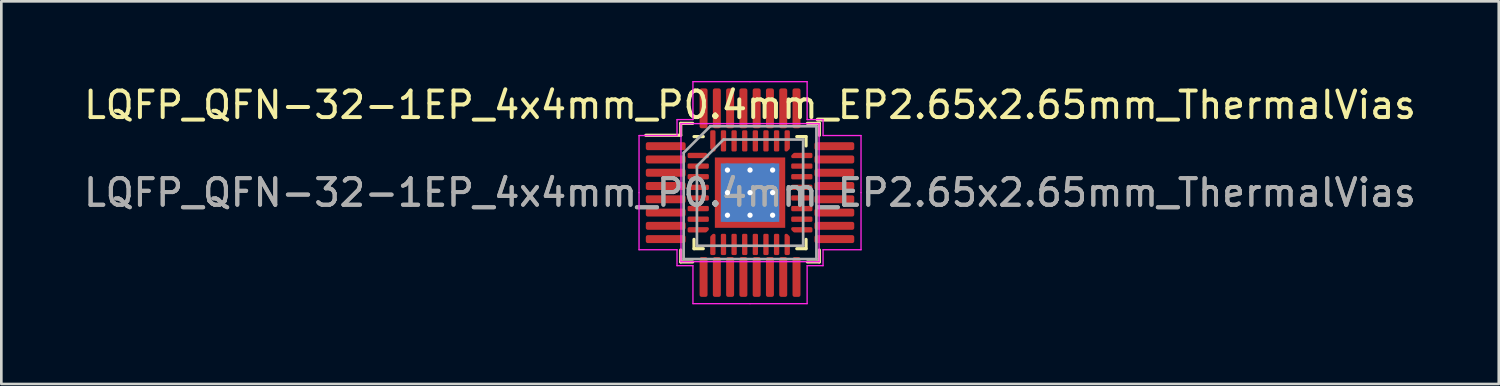
<source format=kicad_pcb>
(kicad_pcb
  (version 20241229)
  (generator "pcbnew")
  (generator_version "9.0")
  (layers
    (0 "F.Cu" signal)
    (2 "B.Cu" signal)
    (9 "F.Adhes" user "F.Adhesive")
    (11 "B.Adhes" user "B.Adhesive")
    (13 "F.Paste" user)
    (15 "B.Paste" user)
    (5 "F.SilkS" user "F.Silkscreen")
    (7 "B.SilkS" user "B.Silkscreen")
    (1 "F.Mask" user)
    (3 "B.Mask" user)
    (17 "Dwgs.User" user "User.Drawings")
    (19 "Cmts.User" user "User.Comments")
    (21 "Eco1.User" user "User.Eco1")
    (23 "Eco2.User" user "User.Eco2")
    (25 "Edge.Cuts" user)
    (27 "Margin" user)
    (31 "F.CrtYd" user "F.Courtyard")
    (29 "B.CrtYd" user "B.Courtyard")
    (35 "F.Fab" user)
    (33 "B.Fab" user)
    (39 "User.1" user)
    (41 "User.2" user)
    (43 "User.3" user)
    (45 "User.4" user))
  (footprint "LQFP_QFN-32-1EP_4x4mm_P0.4mm_EP2.65x2.65mm_ThermalVias"
    (layer "F.Cu")
    (at 25.196 4.205)
    (property "Reference" "LQFP_QFN-32-1EP_4x4mm_P0.4mm_EP2.65x2.65mm_ThermalVias" (at 0 -3.3 0) (layer "F.SilkS") (effects (font (size 1 1) (thickness 0.15))))
    (attr smd)
    (fp_line (start -2.61 -2.61) (end -2.61 -2.16) (stroke (width 0.12) (type solid)) (layer "F.SilkS"))
    (fp_line (start -2.61 -2.16) (end -3.925 -2.16) (stroke (width 0.12) (type solid)) (layer "F.SilkS"))
    (fp_line (start -2.61 2.61) (end -2.61 2.16) (stroke (width 0.12) (type solid)) (layer "F.SilkS"))
    (fp_line (start -2.16 -2.61) (end -2.61 -2.61) (stroke (width 0.12) (type solid)) (layer "F.SilkS"))
    (fp_line (start -2.16 2.61) (end -2.61 2.61) (stroke (width 0.12) (type solid)) (layer "F.SilkS"))
    (fp_line (start -2.11 2.11) (end -2.11 1.76) (stroke (width 0.12) (type solid)) (layer "F.SilkS"))
    (fp_line (start -1.76 -2.11) (end -2.11 -2.11) (stroke (width 0.12) (type solid)) (layer "F.SilkS"))
    (fp_line (start -1.76 2.11) (end -2.11 2.11) (stroke (width 0.12) (type solid)) (layer "F.SilkS"))
    (fp_line (start 1.76 -2.11) (end 2.11 -2.11) (stroke (width 0.12) (type solid)) (layer "F.SilkS"))
    (fp_line (start 1.76 2.11) (end 2.11 2.11) (stroke (width 0.12) (type solid)) (layer "F.SilkS"))
    (fp_line (start 2.11 -2.11) (end 2.11 -1.76) (stroke (width 0.12) (type solid)) (layer "F.SilkS"))
    (fp_line (start 2.11 2.11) (end 2.11 1.76) (stroke (width 0.12) (type solid)) (layer "F.SilkS"))
    (fp_line (start 2.16 -2.61) (end 2.61 -2.61) (stroke (width 0.12) (type solid)) (layer "F.SilkS"))
    (fp_line (start 2.16 2.61) (end 2.61 2.61) (stroke (width 0.12) (type solid)) (layer "F.SilkS"))
    (fp_line (start 2.61 -2.61) (end 2.61 -2.16) (stroke (width 0.12) (type solid)) (layer "F.SilkS"))
    (fp_line (start 2.61 2.61) (end 2.61 2.16) (stroke (width 0.12) (type solid)) (layer "F.SilkS"))
    (fp_line (start -4.18 -2.15) (end -4.18 0) (stroke (width 0.05) (type solid)) (layer "F.CrtYd"))
    (fp_line (start -4.18 2.15) (end -4.18 0) (stroke (width 0.05) (type solid)) (layer "F.CrtYd"))
    (fp_line (start -2.75 -2.75) (end -2.75 -2.15) (stroke (width 0.05) (type solid)) (layer "F.CrtYd"))
    (fp_line (start -2.75 -2.15) (end -4.18 -2.15) (stroke (width 0.05) (type solid)) (layer "F.CrtYd"))
    (fp_line (start -2.75 2.15) (end -4.18 2.15) (stroke (width 0.05) (type solid)) (layer "F.CrtYd"))
    (fp_line (start -2.75 2.75) (end -2.75 2.15) (stroke (width 0.05) (type solid)) (layer "F.CrtYd"))
    (fp_line (start -2.6 -2.6) (end -2.6 2.6) (stroke (width 0.05) (type solid)) (layer "F.CrtYd"))
    (fp_line (start -2.6 2.6) (end 2.6 2.6) (stroke (width 0.05) (type solid)) (layer "F.CrtYd"))
    (fp_line (start -2.15 -4.18) (end -2.15 -2.75) (stroke (width 0.05) (type solid)) (layer "F.CrtYd"))
    (fp_line (start -2.15 -2.75) (end -2.75 -2.75) (stroke (width 0.05) (type solid)) (layer "F.CrtYd"))
    (fp_line (start -2.15 2.75) (end -2.75 2.75) (stroke (width 0.05) (type solid)) (layer "F.CrtYd"))
    (fp_line (start -2.15 4.18) (end -2.15 2.75) (stroke (width 0.05) (type solid)) (layer "F.CrtYd"))
    (fp_line (start 0 -4.18) (end -2.15 -4.18) (stroke (width 0.05) (type solid)) (layer "F.CrtYd"))
    (fp_line (start 0 -4.18) (end 2.15 -4.18) (stroke (width 0.05) (type solid)) (layer "F.CrtYd"))
    (fp_line (start 0 4.18) (end -2.15 4.18) (stroke (width 0.05) (type solid)) (layer "F.CrtYd"))
    (fp_line (start 0 4.18) (end 2.15 4.18) (stroke (width 0.05) (type solid)) (layer "F.CrtYd"))
    (fp_line (start 2.15 -4.18) (end 2.15 -2.75) (stroke (width 0.05) (type solid)) (layer "F.CrtYd"))
    (fp_line (start 2.15 -2.75) (end 2.75 -2.75) (stroke (width 0.05) (type solid)) (layer "F.CrtYd"))
    (fp_line (start 2.15 2.75) (end 2.75 2.75) (stroke (width 0.05) (type solid)) (layer "F.CrtYd"))
    (fp_line (start 2.15 4.18) (end 2.15 2.75) (stroke (width 0.05) (type solid)) (layer "F.CrtYd"))
    (fp_line (start 2.6 -2.6) (end -2.6 -2.6) (stroke (width 0.05) (type solid)) (layer "F.CrtYd"))
    (fp_line (start 2.6 2.6) (end 2.6 -2.6) (stroke (width 0.05) (type solid)) (layer "F.CrtYd"))
    (fp_line (start 2.75 -2.75) (end 2.75 -2.15) (stroke (width 0.05) (type solid)) (layer "F.CrtYd"))
    (fp_line (start 2.75 -2.15) (end 4.18 -2.15) (stroke (width 0.05) (type solid)) (layer "F.CrtYd"))
    (fp_line (start 2.75 2.15) (end 4.18 2.15) (stroke (width 0.05) (type solid)) (layer "F.CrtYd"))
    (fp_line (start 2.75 2.75) (end 2.75 2.15) (stroke (width 0.05) (type solid)) (layer "F.CrtYd"))
    (fp_line (start 4.18 -2.15) (end 4.18 0) (stroke (width 0.05) (type solid)) (layer "F.CrtYd"))
    (fp_line (start 4.18 2.15) (end 4.18 0) (stroke (width 0.05) (type solid)) (layer "F.CrtYd"))
    (fp_line (start -2.5 -1.5) (end -1.5 -2.5) (stroke (width 0.1) (type solid)) (layer "F.Fab"))
    (fp_line (start -2.5 2.5) (end -2.5 -1.5) (stroke (width 0.1) (type solid)) (layer "F.Fab"))
    (fp_line (start -2 -1) (end -1 -2) (stroke (width 0.1) (type solid)) (layer "F.Fab"))
    (fp_line (start -2 2) (end -2 -1) (stroke (width 0.1) (type solid)) (layer "F.Fab"))
    (fp_line (start -1.5 -2.5) (end 2.5 -2.5) (stroke (width 0.1) (type solid)) (layer "F.Fab"))
    (fp_line (start -1 -2) (end 2 -2) (stroke (width 0.1) (type solid)) (layer "F.Fab"))
    (fp_line (start 2 -2) (end 2 2) (stroke (width 0.1) (type solid)) (layer "F.Fab"))
    (fp_line (start 2 2) (end -2 2) (stroke (width 0.1) (type solid)) (layer "F.Fab"))
    (fp_line (start 2.5 -2.5) (end 2.5 2.5) (stroke (width 0.1) (type solid)) (layer "F.Fab"))
    (fp_line (start 2.5 2.5) (end -2.5 2.5) (stroke (width 0.1) (type solid)) (layer "F.Fab"))
    (fp_text user "${REFERENCE}" (at 0 0 0) (layer "F.Fab") (effects (font (size 1 1) (thickness 0.15))))
    (fp_text user "${REFERENCE}" (at 0 0 0) (layer "F.Fab") (effects (font (size 1 1) (thickness 0.15))))
    (pad "" smd custom (at -1.087 -1.087) (size 0.248 0.248) (layers "F.Paste") (options (anchor circle)) (primitives (gr_poly (pts (xy 0.096 -0.039) (xy -0.039 0.096) (xy -0.096 0.096) (xy -0.096 -0.096) (xy 0.096 -0.096)) (width 0.191) (fill yes))))
    (pad "" smd custom (at -1.087 -0.425) (size 0.274 0.274) (layers "F.Paste") (options (anchor circle)) (primitives (gr_poly (pts (xy 0.096 -0.149) (xy 0.096 0.149) (xy -0.003 0.247) (xy -0.096 0.247) (xy -0.096 -0.247) (xy -0.003 -0.247)) (width 0.191) (fill yes))))
    (pad "" smd custom (at -1.087 0.425) (size 0.274 0.274) (layers "F.Paste") (options (anchor circle)) (primitives (gr_poly (pts (xy 0.096 -0.149) (xy 0.096 0.149) (xy -0.003 0.247) (xy -0.096 0.247) (xy -0.096 -0.247) (xy -0.003 -0.247)) (width 0.191) (fill yes))))
    (pad "" smd custom (at -1.087 1.087) (size 0.248 0.248) (layers "F.Paste") (options (anchor circle)) (primitives (gr_poly (pts (xy 0.096 0.039) (xy 0.096 0.096) (xy -0.096 0.096) (xy -0.096 -0.096) (xy -0.039 -0.096)) (width 0.191) (fill yes))))
    (pad "" smd custom (at -0.425 -1.087) (size 0.274 0.274) (layers "F.Paste") (options (anchor circle)) (primitives (gr_poly (pts (xy 0.247 -0.003) (xy 0.149 0.096) (xy -0.149 0.096) (xy -0.247 -0.003) (xy -0.247 -0.096) (xy 0.247 -0.096)) (width 0.191) (fill yes))))
    (pad "" smd custom (at -0.425 -0.425) (size 0.602 0.602) (layers "F.Paste") (options (anchor circle)) (primitives (gr_poly (pts (xy 0.259 -0.19) (xy 0.259 0.19) (xy 0.19 0.259) (xy -0.19 0.259) (xy -0.259 0.19) (xy -0.259 -0.19) (xy -0.19 -0.259) (xy 0.19 -0.259)) (width 0.167) (fill yes))))
    (pad "" smd custom (at -0.425 0.425) (size 0.602 0.602) (layers "F.Paste") (options (anchor circle)) (primitives (gr_poly (pts (xy 0.259 -0.19) (xy 0.259 0.19) (xy 0.19 0.259) (xy -0.19 0.259) (xy -0.259 0.19) (xy -0.259 -0.19) (xy -0.19 -0.259) (xy 0.19 -0.259)) (width 0.167) (fill yes))))
    (pad "" smd custom (at -0.425 1.087) (size 0.274 0.274) (layers "F.Paste") (options (anchor circle)) (primitives (gr_poly (pts (xy 0.247 0.003) (xy 0.247 0.096) (xy -0.247 0.096) (xy -0.247 0.003) (xy -0.149 -0.096) (xy 0.149 -0.096)) (width 0.191) (fill yes))))
    (pad "" smd custom (at 0.425 -1.087) (size 0.274 0.274) (layers "F.Paste") (options (anchor circle)) (primitives (gr_poly (pts (xy 0.247 -0.003) (xy 0.149 0.096) (xy -0.149 0.096) (xy -0.247 -0.003) (xy -0.247 -0.096) (xy 0.247 -0.096)) (width 0.191) (fill yes))))
    (pad "" smd custom (at 0.425 -0.425) (size 0.602 0.602) (layers "F.Paste") (options (anchor circle)) (primitives (gr_poly (pts (xy 0.259 -0.19) (xy 0.259 0.19) (xy 0.19 0.259) (xy -0.19 0.259) (xy -0.259 0.19) (xy -0.259 -0.19) (xy -0.19 -0.259) (xy 0.19 -0.259)) (width 0.167) (fill yes))))
    (pad "" smd custom (at 0.425 0.425) (size 0.602 0.602) (layers "F.Paste") (options (anchor circle)) (primitives (gr_poly (pts (xy 0.259 -0.19) (xy 0.259 0.19) (xy 0.19 0.259) (xy -0.19 0.259) (xy -0.259 0.19) (xy -0.259 -0.19) (xy -0.19 -0.259) (xy 0.19 -0.259)) (width 0.167) (fill yes))))
    (pad "" smd custom (at 0.425 1.087) (size 0.274 0.274) (layers "F.Paste") (options (anchor circle)) (primitives (gr_poly (pts (xy 0.247 0.003) (xy 0.247 0.096) (xy -0.247 0.096) (xy -0.247 0.003) (xy -0.149 -0.096) (xy 0.149 -0.096)) (width 0.191) (fill yes))))
    (pad "" smd custom (at 1.087 -1.087) (size 0.248 0.248) (layers "F.Paste") (options (anchor circle)) (primitives (gr_poly (pts (xy 0.096 0.096) (xy 0.039 0.096) (xy -0.096 -0.039) (xy -0.096 -0.096) (xy 0.096 -0.096)) (width 0.191) (fill yes))))
    (pad "" smd custom (at 1.087 -0.425) (size 0.274 0.274) (layers "F.Paste") (options (anchor circle)) (primitives (gr_poly (pts (xy 0.096 0.247) (xy 0.003 0.247) (xy -0.096 0.149) (xy -0.096 -0.149) (xy 0.003 -0.247) (xy 0.096 -0.247)) (width 0.191) (fill yes))))
    (pad "" smd custom (at 1.087 0.425) (size 0.274 0.274) (layers "F.Paste") (options (anchor circle)) (primitives (gr_poly (pts (xy 0.096 0.247) (xy 0.003 0.247) (xy -0.096 0.149) (xy -0.096 -0.149) (xy 0.003 -0.247) (xy 0.096 -0.247)) (width 0.191) (fill yes))))
    (pad "" smd custom (at 1.087 1.087) (size 0.248 0.248) (layers "F.Paste") (options (anchor circle)) (primitives (gr_poly (pts (xy 0.096 0.096) (xy -0.096 0.096) (xy -0.096 0.039) (xy 0.039 -0.096) (xy 0.096 -0.096)) (width 0.191) (fill yes))))
    (pad "1" smd roundrect (at -3.175 -1.75) (size 1.5 0.3) (layers "F.Cu" "F.Mask" "F.Paste") (roundrect_rratio 0.25))
    (pad "1" smd custom (at -1.95 -1.4) (size 0.129 0.129) (layers "F.Cu" "F.Mask" "F.Paste") (options (anchor circle)) (primitives (gr_poly (pts (xy 0.35 0.021) (xy 0.35 0.05) (xy -0.35 0.05) (xy -0.35 -0.05) (xy 0.279 -0.05)) (width 0.1) (fill yes))))
    (pad "2" smd roundrect (at -3.175 -1.25) (size 1.5 0.3) (layers "F.Cu" "F.Mask" "F.Paste") (roundrect_rratio 0.25))
    (pad "2" smd roundrect (at -1.95 -1) (size 0.8 0.2) (layers "F.Cu" "F.Mask" "F.Paste") (roundrect_rratio 0.25))
    (pad "3" smd roundrect (at -3.175 -0.75) (size 1.5 0.3) (layers "F.Cu" "F.Mask" "F.Paste") (roundrect_rratio 0.25))
    (pad "3" smd roundrect (at -1.95 -0.6) (size 0.8 0.2) (layers "F.Cu" "F.Mask" "F.Paste") (roundrect_rratio 0.25))
    (pad "4" smd roundrect (at -3.175 -0.25) (size 1.5 0.3) (layers "F.Cu" "F.Mask" "F.Paste") (roundrect_rratio 0.25))
    (pad "4" smd roundrect (at -1.95 -0.2) (size 0.8 0.2) (layers "F.Cu" "F.Mask" "F.Paste") (roundrect_rratio 0.25))
    (pad "5" smd roundrect (at -3.175 0.25) (size 1.5 0.3) (layers "F.Cu" "F.Mask" "F.Paste") (roundrect_rratio 0.25))
    (pad "5" smd roundrect (at -1.95 0.2) (size 0.8 0.2) (layers "F.Cu" "F.Mask" "F.Paste") (roundrect_rratio 0.25))
    (pad "6" smd roundrect (at -3.175 0.75) (size 1.5 0.3) (layers "F.Cu" "F.Mask" "F.Paste") (roundrect_rratio 0.25))
    (pad "6" smd roundrect (at -1.95 0.6) (size 0.8 0.2) (layers "F.Cu" "F.Mask" "F.Paste") (roundrect_rratio 0.25))
    (pad "7" smd roundrect (at -3.175 1.25) (size 1.5 0.3) (layers "F.Cu" "F.Mask" "F.Paste") (roundrect_rratio 0.25))
    (pad "7" smd roundrect (at -1.95 1) (size 0.8 0.2) (layers "F.Cu" "F.Mask" "F.Paste") (roundrect_rratio 0.25))
    (pad "8" smd roundrect (at -3.175 1.75) (size 1.5 0.3) (layers "F.Cu" "F.Mask" "F.Paste") (roundrect_rratio 0.25))
    (pad "8" smd custom (at -1.95 1.4) (size 0.129 0.129) (layers "F.Cu" "F.Mask" "F.Paste") (options (anchor circle)) (primitives (gr_poly (pts (xy 0.35 -0.021) (xy 0.279 0.05) (xy -0.35 0.05) (xy -0.35 -0.05) (xy 0.35 -0.05)) (width 0.1) (fill yes))))
    (pad "9" smd roundrect (at -1.75 3.175) (size 0.3 1.5) (layers "F.Cu" "F.Mask" "F.Paste") (roundrect_rratio 0.25))
    (pad "9" smd custom (at -1.4 1.95) (size 0.129 0.129) (layers "F.Cu" "F.Mask" "F.Paste") (options (anchor circle)) (primitives (gr_poly (pts (xy 0.05 0.35) (xy -0.05 0.35) (xy -0.05 -0.279) (xy 0.021 -0.35) (xy 0.05 -0.35)) (width 0.1) (fill yes))))
    (pad "10" smd roundrect (at -1.25 3.175) (size 0.3 1.5) (layers "F.Cu" "F.Mask" "F.Paste") (roundrect_rratio 0.25))
    (pad "10" smd roundrect (at -1 1.95) (size 0.2 0.8) (layers "F.Cu" "F.Mask" "F.Paste") (roundrect_rratio 0.25))
    (pad "11" smd roundrect (at -0.75 3.175) (size 0.3 1.5) (layers "F.Cu" "F.Mask" "F.Paste") (roundrect_rratio 0.25))
    (pad "11" smd roundrect (at -0.6 1.95) (size 0.2 0.8) (layers "F.Cu" "F.Mask" "F.Paste") (roundrect_rratio 0.25))
    (pad "12" smd roundrect (at -0.25 3.175) (size 0.3 1.5) (layers "F.Cu" "F.Mask" "F.Paste") (roundrect_rratio 0.25))
    (pad "12" smd roundrect (at -0.2 1.95) (size 0.2 0.8) (layers "F.Cu" "F.Mask" "F.Paste") (roundrect_rratio 0.25))
    (pad "13" smd roundrect (at 0.2 1.95) (size 0.2 0.8) (layers "F.Cu" "F.Mask" "F.Paste") (roundrect_rratio 0.25))
    (pad "13" smd roundrect (at 0.25 3.175) (size 0.3 1.5) (layers "F.Cu" "F.Mask" "F.Paste") (roundrect_rratio 0.25))
    (pad "14" smd roundrect (at 0.6 1.95) (size 0.2 0.8) (layers "F.Cu" "F.Mask" "F.Paste") (roundrect_rratio 0.25))
    (pad "14" smd roundrect (at 0.75 3.175) (size 0.3 1.5) (layers "F.Cu" "F.Mask" "F.Paste") (roundrect_rratio 0.25))
    (pad "15" smd roundrect (at 1 1.95) (size 0.2 0.8) (layers "F.Cu" "F.Mask" "F.Paste") (roundrect_rratio 0.25))
    (pad "15" smd roundrect (at 1.25 3.175) (size 0.3 1.5) (layers "F.Cu" "F.Mask" "F.Paste") (roundrect_rratio 0.25))
    (pad "16" smd custom (at 1.4 1.95) (size 0.129 0.129) (layers "F.Cu" "F.Mask" "F.Paste") (options (anchor circle)) (primitives (gr_poly (pts (xy 0.05 -0.279) (xy 0.05 0.35) (xy -0.05 0.35) (xy -0.05 -0.35) (xy -0.021 -0.35)) (width 0.1) (fill yes))))
    (pad "16" smd roundrect (at 1.75 3.175) (size 0.3 1.5) (layers "F.Cu" "F.Mask" "F.Paste") (roundrect_rratio 0.25))
    (pad "17" smd custom (at 1.95 1.4) (size 0.129 0.129) (layers "F.Cu" "F.Mask" "F.Paste") (options (anchor circle)) (primitives (gr_poly (pts (xy 0.35 0.05) (xy -0.279 0.05) (xy -0.35 -0.021) (xy -0.35 -0.05) (xy 0.35 -0.05)) (width 0.1) (fill yes))))
    (pad "17" smd roundrect (at 3.175 1.75) (size 1.5 0.3) (layers "F.Cu" "F.Mask" "F.Paste") (roundrect_rratio 0.25))
    (pad "18" smd roundrect (at 1.95 1) (size 0.8 0.2) (layers "F.Cu" "F.Mask" "F.Paste") (roundrect_rratio 0.25))
    (pad "18" smd roundrect (at 3.175 1.25) (size 1.5 0.3) (layers "F.Cu" "F.Mask" "F.Paste") (roundrect_rratio 0.25))
    (pad "19" smd roundrect (at 1.95 0.6) (size 0.8 0.2) (layers "F.Cu" "F.Mask" "F.Paste") (roundrect_rratio 0.25))
    (pad "19" smd roundrect (at 3.175 0.75) (size 1.5 0.3) (layers "F.Cu" "F.Mask" "F.Paste") (roundrect_rratio 0.25))
    (pad "20" smd roundrect (at 1.95 0.2) (size 0.8 0.2) (layers "F.Cu" "F.Mask" "F.Paste") (roundrect_rratio 0.25))
    (pad "20" smd roundrect (at 3.175 0.25) (size 1.5 0.3) (layers "F.Cu" "F.Mask" "F.Paste") (roundrect_rratio 0.25))
    (pad "21" smd roundrect (at 1.95 -0.2) (size 0.8 0.2) (layers "F.Cu" "F.Mask" "F.Paste") (roundrect_rratio 0.25))
    (pad "21" smd roundrect (at 3.175 -0.25) (size 1.5 0.3) (layers "F.Cu" "F.Mask" "F.Paste") (roundrect_rratio 0.25))
    (pad "22" smd roundrect (at 1.95 -0.6) (size 0.8 0.2) (layers "F.Cu" "F.Mask" "F.Paste") (roundrect_rratio 0.25))
    (pad "22" smd roundrect (at 3.175 -0.75) (size 1.5 0.3) (layers "F.Cu" "F.Mask" "F.Paste") (roundrect_rratio 0.25))
    (pad "23" smd roundrect (at 1.95 -1) (size 0.8 0.2) (layers "F.Cu" "F.Mask" "F.Paste") (roundrect_rratio 0.25))
    (pad "23" smd roundrect (at 3.175 -1.25) (size 1.5 0.3) (layers "F.Cu" "F.Mask" "F.Paste") (roundrect_rratio 0.25))
    (pad "24" smd custom (at 1.95 -1.4) (size 0.129 0.129) (layers "F.Cu" "F.Mask" "F.Paste") (options (anchor circle)) (primitives (gr_poly (pts (xy 0.35 0.05) (xy -0.35 0.05) (xy -0.35 0.021) (xy -0.279 -0.05) (xy 0.35 -0.05)) (width 0.1) (fill yes))))
    (pad "24" smd roundrect (at 3.175 -1.75) (size 1.5 0.3) (layers "F.Cu" "F.Mask" "F.Paste") (roundrect_rratio 0.25))
    (pad "25" smd custom (at 1.4 -1.95) (size 0.129 0.129) (layers "F.Cu" "F.Mask" "F.Paste") (options (anchor circle)) (primitives (gr_poly (pts (xy 0.05 0.279) (xy -0.021 0.35) (xy -0.05 0.35) (xy -0.05 -0.35) (xy 0.05 -0.35)) (width 0.1) (fill yes))))
    (pad "25" smd roundrect (at 1.75 -3.175) (size 0.3 1.5) (layers "F.Cu" "F.Mask" "F.Paste") (roundrect_rratio 0.25))
    (pad "26" smd roundrect (at 1 -1.95) (size 0.2 0.8) (layers "F.Cu" "F.Mask" "F.Paste") (roundrect_rratio 0.25))
    (pad "26" smd roundrect (at 1.25 -3.175) (size 0.3 1.5) (layers "F.Cu" "F.Mask" "F.Paste") (roundrect_rratio 0.25))
    (pad "27" smd roundrect (at 0.6 -1.95) (size 0.2 0.8) (layers "F.Cu" "F.Mask" "F.Paste") (roundrect_rratio 0.25))
    (pad "27" smd roundrect (at 0.75 -3.175) (size 0.3 1.5) (layers "F.Cu" "F.Mask" "F.Paste") (roundrect_rratio 0.25))
    (pad "28" smd roundrect (at 0.2 -1.95) (size 0.2 0.8) (layers "F.Cu" "F.Mask" "F.Paste") (roundrect_rratio 0.25))
    (pad "28" smd roundrect (at 0.25 -3.175) (size 0.3 1.5) (layers "F.Cu" "F.Mask" "F.Paste") (roundrect_rratio 0.25))
    (pad "29" smd roundrect (at -0.25 -3.175) (size 0.3 1.5) (layers "F.Cu" "F.Mask" "F.Paste") (roundrect_rratio 0.25))
    (pad "29" smd roundrect (at -0.2 -1.95) (size 0.2 0.8) (layers "F.Cu" "F.Mask" "F.Paste") (roundrect_rratio 0.25))
    (pad "30" smd roundrect (at -0.75 -3.175) (size 0.3 1.5) (layers "F.Cu" "F.Mask" "F.Paste") (roundrect_rratio 0.25))
    (pad "30" smd roundrect (at -0.6 -1.95) (size 0.2 0.8) (layers "F.Cu" "F.Mask" "F.Paste") (roundrect_rratio 0.25))
    (pad "31" smd roundrect (at -1.25 -3.175) (size 0.3 1.5) (layers "F.Cu" "F.Mask" "F.Paste") (roundrect_rratio 0.25))
    (pad "31" smd roundrect (at -1 -1.95) (size 0.2 0.8) (layers "F.Cu" "F.Mask" "F.Paste") (roundrect_rratio 0.25))
    (pad "32" smd roundrect (at -1.75 -3.175) (size 0.3 1.5) (layers "F.Cu" "F.Mask" "F.Paste") (roundrect_rratio 0.25))
    (pad "32" smd custom (at -1.4 -1.95) (size 0.129 0.129) (layers "F.Cu" "F.Mask" "F.Paste") (options (anchor circle)) (primitives (gr_poly (pts (xy 0.05 0.35) (xy 0.021 0.35) (xy -0.05 0.279) (xy -0.05 -0.35) (xy 0.05 -0.35)) (width 0.1) (fill yes))))
    (pad "33" thru_hole circle (at -0.85 -0.85) (size 0.5 0.5) (drill 0.2) (layers "*.Cu"))
    (pad "33" thru_hole circle (at -0.85 0) (size 0.5 0.5) (drill 0.2) (layers "*.Cu"))
    (pad "33" thru_hole circle (at -0.85 0.85) (size 0.5 0.5) (drill 0.2) (layers "*.Cu"))
    (pad "33" thru_hole circle (at 0 -0.85) (size 0.5 0.5) (drill 0.2) (layers "*.Cu"))
    (pad "33" thru_hole circle (at 0 0) (size 0.5 0.5) (drill 0.2) (layers "*.Cu"))
    (pad "33" smd rect (at 0 0) (size 2.2 2.2) (layers "B.Cu"))
    (pad "33" smd rect (at 0 0) (size 2.65 2.65) (layers "F.Cu" "F.Mask"))
    (pad "33" thru_hole circle (at 0 0.85) (size 0.5 0.5) (drill 0.2) (layers "*.Cu"))
    (pad "33" thru_hole circle (at 0.85 -0.85) (size 0.5 0.5) (drill 0.2) (layers "*.Cu"))
    (pad "33" thru_hole circle (at 0.85 0) (size 0.5 0.5) (drill 0.2) (layers "*.Cu"))
    (pad "33" thru_hole circle (at 0.85 0.85) (size 0.5 0.5) (drill 0.2) (layers "*.Cu")))
  (gr_rect
    (start -3 -3)
    (end 53.393 11.41)
    (stroke (width 0.1) (type default))
    (fill no)
    (layer "Edge.Cuts")))
</source>
